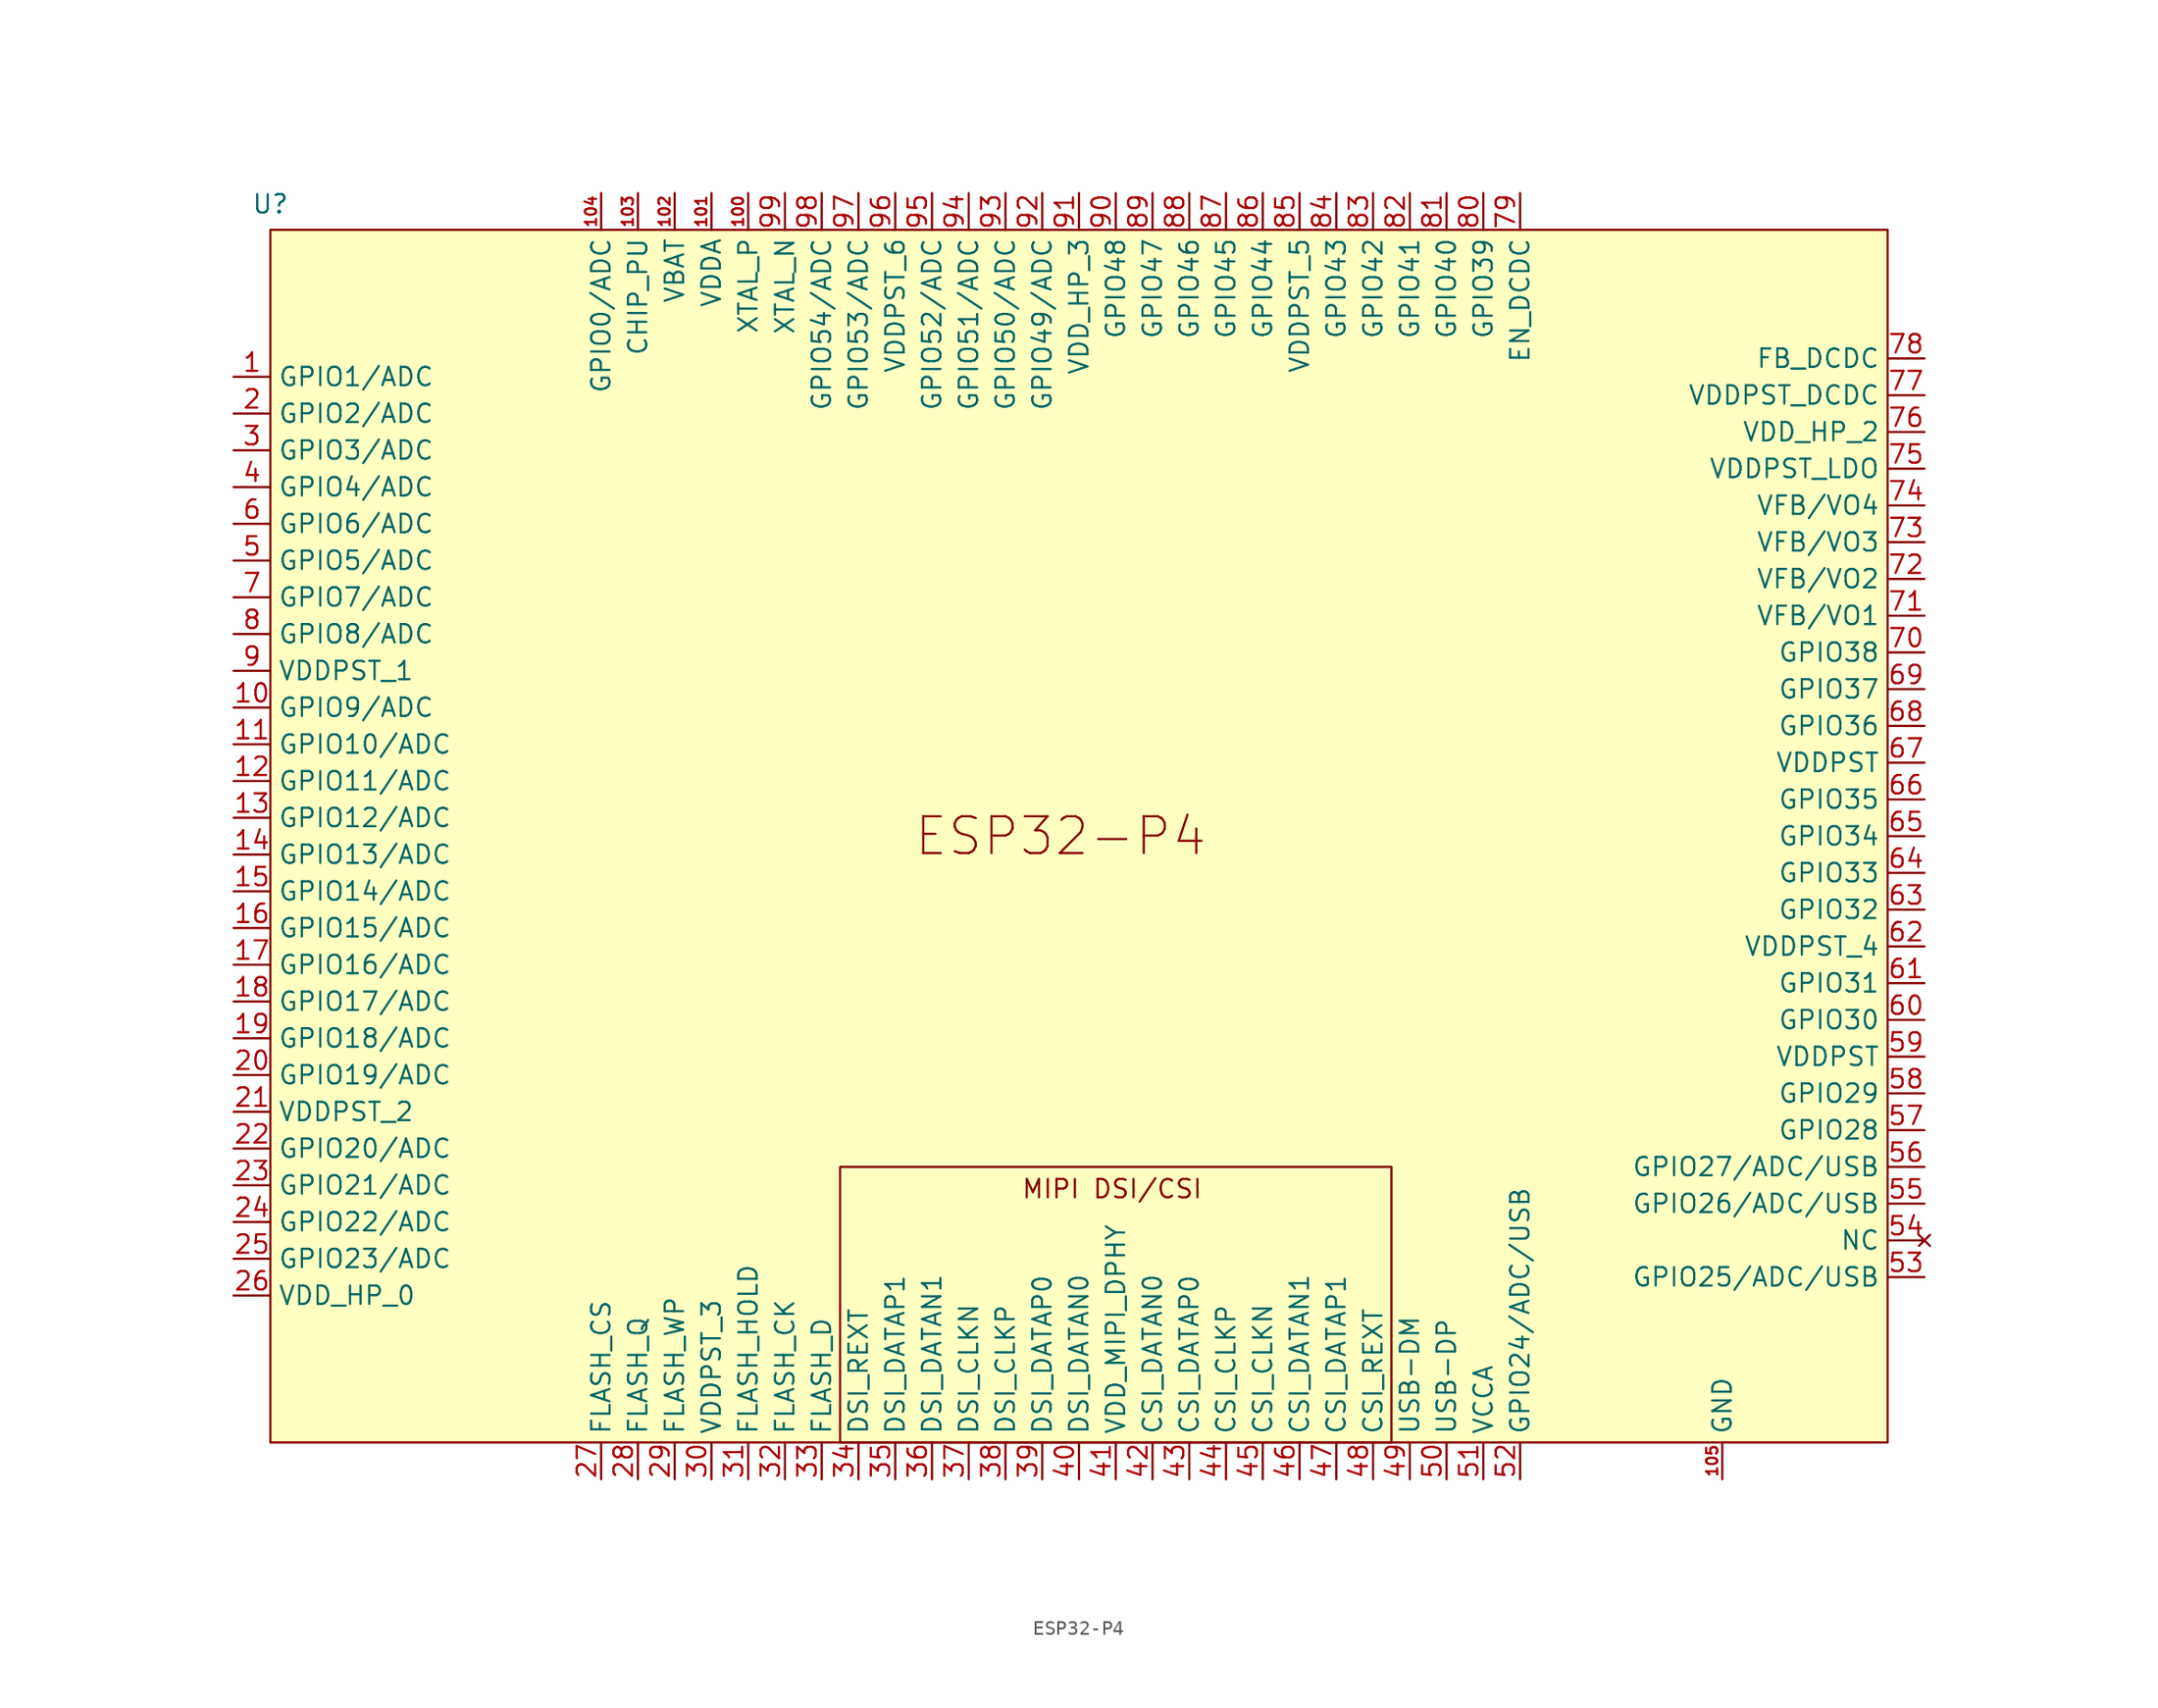
<source format=kicad_sym>
(kicad_symbol_lib
  (version 20241209)
  (generator "kicad_symbol_editor")
  (generator_version "9.0")
  (symbol "ESP32-P4"
    (property "Reference" "U"
      (at -54.61 43.688 0)
      (effects (font (size 1.27 1.27))))
    (property "Value" ""
      (at -54.61 -41.91 0)
      (effects (font (size 1.27 1.27))))
    (symbol "ESP32-P4_1_0"
      (pin bidirectional line (at -57.15 8.89 0) (length 2.54) (name "GPIO9/ADC" (effects (font (size 1.27 1.27)))) (number "10" (effects (font (size 1.27 1.27)))))
      (pin bidirectional line (at -57.15 6.35 0) (length 2.54) (name "GPIO10/ADC" (effects (font (size 1.27 1.27)))) (number "11" (effects (font (size 1.27 1.27)))))
      (pin bidirectional line (at -57.15 3.81 0) (length 2.54) (name "GPIO11/ADC" (effects (font (size 1.27 1.27)))) (number "12" (effects (font (size 1.27 1.27)))))
      (pin bidirectional line (at -57.15 1.27 0) (length 2.54) (name "GPIO12/ADC" (effects (font (size 1.27 1.27)))) (number "13" (effects (font (size 1.27 1.27)))))
      (pin bidirectional line (at -57.15 -1.27 0) (length 2.54) (name "GPIO13/ADC" (effects (font (size 1.27 1.27)))) (number "14" (effects (font (size 1.27 1.27)))))
      (pin bidirectional line (at -57.15 -3.81 0) (length 2.54) (name "GPIO14/ADC" (effects (font (size 1.27 1.27)))) (number "15" (effects (font (size 1.27 1.27)))))
      (pin bidirectional line (at -57.15 -6.35 0) (length 2.54) (name "GPIO15/ADC" (effects (font (size 1.27 1.27)))) (number "16" (effects (font (size 1.27 1.27)))))
      (pin bidirectional line (at -57.15 -8.89 0) (length 2.54) (name "GPIO16/ADC" (effects (font (size 1.27 1.27)))) (number "17" (effects (font (size 1.27 1.27)))))
      (pin bidirectional line (at -57.15 -11.43 0) (length 2.54) (name "GPIO17/ADC" (effects (font (size 1.27 1.27)))) (number "18" (effects (font (size 1.27 1.27)))))
      (pin bidirectional line (at -57.15 -13.97 0) (length 2.54) (name "GPIO18/ADC" (effects (font (size 1.27 1.27)))) (number "19" (effects (font (size 1.27 1.27)))))
      (pin bidirectional line (at -57.15 -16.51 0) (length 2.54) (name "GPIO19/ADC" (effects (font (size 1.27 1.27)))) (number "20" (effects (font (size 1.27 1.27)))))
      (pin power_in line (at -57.15 -19.05 0) (length 2.54) (name "VDDPST_2" (effects (font (size 1.27 1.27)))) (number "21" (effects (font (size 1.27 1.27)))))
      (pin bidirectional line (at -57.15 -21.59 0) (length 2.54) (name "GPIO20/ADC" (effects (font (size 1.27 1.27)))) (number "22" (effects (font (size 1.27 1.27)))))
      (pin bidirectional line (at -57.15 -24.13 0) (length 2.54) (name "GPIO21/ADC" (effects (font (size 1.27 1.27)))) (number "23" (effects (font (size 1.27 1.27)))))
      (pin bidirectional line (at -57.15 -26.67 0) (length 2.54) (name "GPIO22/ADC" (effects (font (size 1.27 1.27)))) (number "24" (effects (font (size 1.27 1.27)))))
      (pin bidirectional line (at -57.15 -29.21 0) (length 2.54) (name "GPIO23/ADC" (effects (font (size 1.27 1.27)))) (number "25" (effects (font (size 1.27 1.27)))))
      (pin power_in line (at -57.15 -31.75 0) (length 2.54) (name "VDD_HP_0" (effects (font (size 1.27 1.27)))) (number "26" (effects (font (size 1.27 1.27)))))
      (pin bidirectional line (at -31.75 44.45 270) (length 2.54) (name "GPIO0/ADC" (effects (font (size 1.27 1.27)))) (number "104" (effects (font (size 0.762 0.762)))))
      (pin bidirectional line (at -31.75 -44.45 90) (length 2.54) (name "FLASH_CS" (effects (font (size 1.27 1.27)))) (number "27" (effects (font (size 1.27 1.27)))))
      (pin input line (at -29.21 44.45 270) (length 2.54) (name "CHIP_PU" (effects (font (size 1.27 1.27)))) (number "103" (effects (font (size 0.762 0.762)))))
      (pin bidirectional line (at -29.21 -44.45 90) (length 2.54) (name "FLASH_Q" (effects (font (size 1.27 1.27)))) (number "28" (effects (font (size 1.27 1.27)))))
      (pin bidirectional line (at -26.67 44.45 270) (length 2.54) (name "VBAT" (effects (font (size 1.27 1.27)))) (number "102" (effects (font (size 0.762 0.762)))))
      (pin bidirectional line (at -26.67 -44.45 90) (length 2.54) (name "FLASH_WP" (effects (font (size 1.27 1.27)))) (number "29" (effects (font (size 1.27 1.27)))))
      (pin bidirectional line (at -24.13 44.45 270) (length 2.54) (name "VDDA" (effects (font (size 1.27 1.27)))) (number "101" (effects (font (size 0.762 0.762)))))
      (pin power_in line (at -24.13 -44.45 90) (length 2.54) (name "VDDPST_3" (effects (font (size 1.27 1.27)))) (number "30" (effects (font (size 1.27 1.27)))))
      (pin bidirectional line (at -21.59 44.45 270) (length 2.54) (name "XTAL_P" (effects (font (size 1.27 1.27)))) (number "100" (effects (font (size 0.762 0.762)))))
      (pin bidirectional line (at -21.59 -44.45 90) (length 2.54) (name "FLASH_HOLD" (effects (font (size 1.27 1.27)))) (number "31" (effects (font (size 1.27 1.27)))))
      (pin bidirectional line (at -19.05 44.45 270) (length 2.54) (name "XTAL_N" (effects (font (size 1.27 1.27)))) (number "99" (effects (font (size 1.27 1.27)))))
      (pin bidirectional line (at -19.05 -44.45 90) (length 2.54) (name "FLASH_CK" (effects (font (size 1.27 1.27)))) (number "32" (effects (font (size 1.27 1.27)))))
      (pin bidirectional line (at -16.51 44.45 270) (length 2.54) (name "GPIO54/ADC" (effects (font (size 1.27 1.27)))) (number "98" (effects (font (size 1.27 1.27)))))
      (pin bidirectional line (at -16.51 -44.45 90) (length 2.54) (name "FLASH_D" (effects (font (size 1.27 1.27)))) (number "33" (effects (font (size 1.27 1.27)))))
      (pin bidirectional line (at -13.97 44.45 270) (length 2.54) (name "GPIO53/ADC" (effects (font (size 1.27 1.27)))) (number "97" (effects (font (size 1.27 1.27)))))
      (pin bidirectional line (at -13.97 -44.45 90) (length 2.54) (name "DSI_REXT" (effects (font (size 1.27 1.27)))) (number "34" (effects (font (size 1.27 1.27)))))
      (pin power_in line (at -11.43 44.45 270) (length 2.54) (name "VDDPST_6" (effects (font (size 1.27 1.27)))) (number "96" (effects (font (size 1.27 1.27)))))
      (pin bidirectional line (at -11.43 -44.45 90) (length 2.54) (name "DSI_DATAP1" (effects (font (size 1.27 1.27)))) (number "35" (effects (font (size 1.27 1.27)))))
      (pin bidirectional line (at -8.89 44.45 270) (length 2.54) (name "GPIO52/ADC" (effects (font (size 1.27 1.27)))) (number "95" (effects (font (size 1.27 1.27)))))
      (pin bidirectional line (at -8.89 -44.45 90) (length 2.54) (name "DSI_DATAN1" (effects (font (size 1.27 1.27)))) (number "36" (effects (font (size 1.27 1.27)))))
      (pin bidirectional line (at -6.35 44.45 270) (length 2.54) (name "GPIO51/ADC" (effects (font (size 1.27 1.27)))) (number "94" (effects (font (size 1.27 1.27)))))
      (pin bidirectional line (at -6.35 -44.45 90) (length 2.54) (name "DSI_CLKN" (effects (font (size 1.27 1.27)))) (number "37" (effects (font (size 1.27 1.27)))))
      (pin bidirectional line (at -3.81 44.45 270) (length 2.54) (name "GPIO50/ADC" (effects (font (size 1.27 1.27)))) (number "93" (effects (font (size 1.27 1.27)))))
      (pin bidirectional line (at -3.81 -44.45 90) (length 2.54) (name "DSI_CLKP" (effects (font (size 1.27 1.27)))) (number "38" (effects (font (size 1.27 1.27)))))
      (pin bidirectional line (at -1.27 44.45 270) (length 2.54) (name "GPIO49/ADC" (effects (font (size 1.27 1.27)))) (number "92" (effects (font (size 1.27 1.27)))))
      (pin bidirectional line (at -1.27 -44.45 90) (length 2.54) (name "DSI_DATAP0" (effects (font (size 1.27 1.27)))) (number "39" (effects (font (size 1.27 1.27)))))
      (pin power_in line (at 1.27 44.45 270) (length 2.54) (name "VDD_HP_3" (effects (font (size 1.27 1.27)))) (number "91" (effects (font (size 1.27 1.27)))))
      (pin bidirectional line (at 1.27 -44.45 90) (length 2.54) (name "DSI_DATAN0" (effects (font (size 1.27 1.27)))) (number "40" (effects (font (size 1.27 1.27)))))
      (pin bidirectional line (at 3.81 44.45 270) (length 2.54) (name "GPIO48" (effects (font (size 1.27 1.27)))) (number "90" (effects (font (size 1.27 1.27)))))
      (pin power_in line (at 3.81 -44.45 90) (length 2.54) (name "VDD_MIPI_DPHY" (effects (font (size 1.27 1.27)))) (number "41" (effects (font (size 1.27 1.27)))))
      (pin bidirectional line (at 6.35 44.45 270) (length 2.54) (name "GPIO47" (effects (font (size 1.27 1.27)))) (number "89" (effects (font (size 1.27 1.27)))))
      (pin bidirectional line (at 6.35 -44.45 90) (length 2.54) (name "CSI_DATAN0" (effects (font (size 1.27 1.27)))) (number "42" (effects (font (size 1.27 1.27)))))
      (pin bidirectional line (at 8.89 44.45 270) (length 2.54) (name "GPIO46" (effects (font (size 1.27 1.27)))) (number "88" (effects (font (size 1.27 1.27)))))
      (pin bidirectional line (at 8.89 -44.45 90) (length 2.54) (name "CSI_DATAP0" (effects (font (size 1.27 1.27)))) (number "43" (effects (font (size 1.27 1.27)))))
      (pin bidirectional line (at 11.43 44.45 270) (length 2.54) (name "GPIO45" (effects (font (size 1.27 1.27)))) (number "87" (effects (font (size 1.27 1.27)))))
      (pin bidirectional line (at 11.43 -44.45 90) (length 2.54) (name "CSI_CLKP" (effects (font (size 1.27 1.27)))) (number "44" (effects (font (size 1.27 1.27)))))
      (pin bidirectional line (at 13.97 44.45 270) (length 2.54) (name "GPIO44" (effects (font (size 1.27 1.27)))) (number "86" (effects (font (size 1.27 1.27)))))
      (pin bidirectional line (at 13.97 -44.45 90) (length 2.54) (name "CSI_CLKN" (effects (font (size 1.27 1.27)))) (number "45" (effects (font (size 1.27 1.27)))))
      (pin power_in line (at 16.51 44.45 270) (length 2.54) (name "VDDPST_5" (effects (font (size 1.27 1.27)))) (number "85" (effects (font (size 1.27 1.27)))))
      (pin bidirectional line (at 16.51 -44.45 90) (length 2.54) (name "CSI_DATAN1" (effects (font (size 1.27 1.27)))) (number "46" (effects (font (size 1.27 1.27)))))
      (pin bidirectional line (at 19.05 44.45 270) (length 2.54) (name "GPIO43" (effects (font (size 1.27 1.27)))) (number "84" (effects (font (size 1.27 1.27)))))
      (pin bidirectional line (at 19.05 -44.45 90) (length 2.54) (name "CSI_DATAP1" (effects (font (size 1.27 1.27)))) (number "47" (effects (font (size 1.27 1.27)))))
      (pin bidirectional line (at 21.59 44.45 270) (length 2.54) (name "GPIO42" (effects (font (size 1.27 1.27)))) (number "83" (effects (font (size 1.27 1.27)))))
      (pin bidirectional line (at 21.59 -44.45 90) (length 2.54) (name "CSI_REXT" (effects (font (size 1.27 1.27)))) (number "48" (effects (font (size 1.27 1.27)))))
      (pin bidirectional line (at 24.13 44.45 270) (length 2.54) (name "GPIO41" (effects (font (size 1.27 1.27)))) (number "82" (effects (font (size 1.27 1.27)))))
      (pin bidirectional line (at 24.13 -44.45 90) (length 2.54) (name "USB-DM" (effects (font (size 1.27 1.27)))) (number "49" (effects (font (size 1.27 1.27)))))
      (pin bidirectional line (at 26.67 44.45 270) (length 2.54) (name "GPIO40" (effects (font (size 1.27 1.27)))) (number "81" (effects (font (size 1.27 1.27)))))
      (pin bidirectional line (at 26.67 -44.45 90) (length 2.54) (name "USB-DP" (effects (font (size 1.27 1.27)))) (number "50" (effects (font (size 1.27 1.27)))))
      (pin bidirectional line (at 29.21 44.45 270) (length 2.54) (name "GPIO39" (effects (font (size 1.27 1.27)))) (number "80" (effects (font (size 1.27 1.27)))))
      (pin power_in line (at 29.21 -44.45 90) (length 2.54) (name "VCCA" (effects (font (size 1.27 1.27)))) (number "51" (effects (font (size 1.27 1.27)))))
      (pin output line (at 31.75 44.45 270) (length 2.54) (name "EN_DCDC" (effects (font (size 1.27 1.27)))) (number "79" (effects (font (size 1.27 1.27)))))
      (pin bidirectional line (at 31.75 -44.45 90) (length 2.54) (name "GPIO24/ADC/USB" (effects (font (size 1.27 1.27)))) (number "52" (effects (font (size 1.27 1.27)))))
      (pin power_in line (at 45.72 -44.45 90) (length 2.54) (name "GND" (effects (font (size 1.27 1.27)))) (number "105" (effects (font (size 0.762 0.762)))))
      (pin bidirectional line (at 59.69 33.02 180) (length 2.54) (name "FB_DCDC" (effects (font (size 1.27 1.27)))) (number "78" (effects (font (size 1.27 1.27)))))
      (pin power_in line (at 59.69 30.48 180) (length 2.54) (name "VDDPST_DCDC" (effects (font (size 1.27 1.27)))) (number "77" (effects (font (size 1.27 1.27)))))
      (pin power_in line (at 59.69 27.94 180) (length 2.54) (name "VDD_HP_2" (effects (font (size 1.27 1.27)))) (number "76" (effects (font (size 1.27 1.27)))))
      (pin power_in line (at 59.69 25.4 180) (length 2.54) (name "VDDPST_LDO" (effects (font (size 1.27 1.27)))) (number "75" (effects (font (size 1.27 1.27)))))
      (pin power_in line (at 59.69 22.86 180) (length 2.54) (name "VFB/VO4" (effects (font (size 1.27 1.27)))) (number "74" (effects (font (size 1.27 1.27)))))
      (pin power_in line (at 59.69 20.32 180) (length 2.54) (name "VFB/VO3" (effects (font (size 1.27 1.27)))) (number "73" (effects (font (size 1.27 1.27)))))
      (pin power_in line (at 59.69 17.78 180) (length 2.54) (name "VFB/VO2" (effects (font (size 1.27 1.27)))) (number "72" (effects (font (size 1.27 1.27)))))
      (pin power_in line (at 59.69 15.24 180) (length 2.54) (name "VFB/VO1" (effects (font (size 1.27 1.27)))) (number "71" (effects (font (size 1.27 1.27)))))
      (pin bidirectional line (at 59.69 12.7 180) (length 2.54) (name "GPIO38" (effects (font (size 1.27 1.27)))) (number "70" (effects (font (size 1.27 1.27)))))
      (pin bidirectional line (at 59.69 10.16 180) (length 2.54) (name "GPIO37" (effects (font (size 1.27 1.27)))) (number "69" (effects (font (size 1.27 1.27)))))
      (pin bidirectional line (at 59.69 7.62 180) (length 2.54) (name "GPIO36" (effects (font (size 1.27 1.27)))) (number "68" (effects (font (size 1.27 1.27)))))
      (pin power_in line (at 59.69 5.08 180) (length 2.54) (name "VDDPST" (effects (font (size 1.27 1.27)))) (number "67" (effects (font (size 1.27 1.27)))))
      (pin bidirectional line (at 59.69 2.54 180) (length 2.54) (name "GPIO35" (effects (font (size 1.27 1.27)))) (number "66" (effects (font (size 1.27 1.27)))))
      (pin bidirectional line (at 59.69 0 180) (length 2.54) (name "GPIO34" (effects (font (size 1.27 1.27)))) (number "65" (effects (font (size 1.27 1.27)))))
      (pin bidirectional line (at 59.69 -2.54 180) (length 2.54) (name "GPIO33" (effects (font (size 1.27 1.27)))) (number "64" (effects (font (size 1.27 1.27)))))
      (pin bidirectional line (at 59.69 -5.08 180) (length 2.54) (name "GPIO32" (effects (font (size 1.27 1.27)))) (number "63" (effects (font (size 1.27 1.27)))))
      (pin power_in line (at 59.69 -7.62 180) (length 2.54) (name "VDDPST_4" (effects (font (size 1.27 1.27)))) (number "62" (effects (font (size 1.27 1.27)))))
      (pin bidirectional line (at 59.69 -10.16 180) (length 2.54) (name "GPIO31" (effects (font (size 1.27 1.27)))) (number "61" (effects (font (size 1.27 1.27)))))
      (pin bidirectional line (at 59.69 -12.7 180) (length 2.54) (name "GPIO30" (effects (font (size 1.27 1.27)))) (number "60" (effects (font (size 1.27 1.27)))))
      (pin power_in line (at 59.69 -15.24 180) (length 2.54) (name "VDDPST" (effects (font (size 1.27 1.27)))) (number "59" (effects (font (size 1.27 1.27)))))
      (pin bidirectional line (at 59.69 -17.78 180) (length 2.54) (name "GPIO29" (effects (font (size 1.27 1.27)))) (number "58" (effects (font (size 1.27 1.27)))))
      (pin bidirectional line (at 59.69 -20.32 180) (length 2.54) (name "GPIO28" (effects (font (size 1.27 1.27)))) (number "57" (effects (font (size 1.27 1.27)))))
      (pin bidirectional line (at 59.69 -22.86 180) (length 2.54) (name "GPIO27/ADC/USB" (effects (font (size 1.27 1.27)))) (number "56" (effects (font (size 1.27 1.27)))))
      (pin bidirectional line (at 59.69 -25.4 180) (length 2.54) (name "GPIO26/ADC/USB" (effects (font (size 1.27 1.27)))) (number "55" (effects (font (size 1.27 1.27)))))
      (pin no_connect line (at 59.69 -27.94 180) (length 2.54) (name "NC" (effects (font (size 1.27 1.27)))) (number "54" (effects (font (size 1.27 1.27)))))
      (pin bidirectional line (at 59.69 -30.48 180) (length 2.54) (name "GPIO25/ADC/USB" (effects (font (size 1.27 1.27)))) (number "53" (effects (font (size 1.27 1.27))))))
    (symbol "ESP32-P4_1_1"
      (rectangle (start -54.61 41.91) (end 57.15 -41.91) (stroke (width 0) (type default)) (fill (type background)))
      (rectangle (start -15.24 -22.86) (end 22.86 -41.91) (stroke (width 0) (type default)) (fill (type none)))
      (text "ESP32-P4" (at 0 0 0) (effects (font (size 2.54 2.54))))
      (text "MIPI DSI/CSI" (at 3.556 -24.384 0) (effects (font (size 1.27 1.27))))
      (pin bidirectional line (at -57.15 31.75 0) (length 2.54) (name "GPIO1/ADC" (effects (font (size 1.27 1.27)))) (number "1" (effects (font (size 1.27 1.27)))))
      (pin bidirectional line (at -57.15 29.21 0) (length 2.54) (name "GPIO2/ADC" (effects (font (size 1.27 1.27)))) (number "2" (effects (font (size 1.27 1.27)))))
      (pin bidirectional line (at -57.15 26.67 0) (length 2.54) (name "GPIO3/ADC" (effects (font (size 1.27 1.27)))) (number "3" (effects (font (size 1.27 1.27)))))
      (pin bidirectional line (at -57.15 24.13 0) (length 2.54) (name "GPIO4/ADC" (effects (font (size 1.27 1.27)))) (number "4" (effects (font (size 1.27 1.27)))))
      (pin bidirectional line (at -57.15 21.59 0) (length 2.54) (name "GPIO6/ADC" (effects (font (size 1.27 1.27)))) (number "6" (effects (font (size 1.27 1.27)))))
      (pin bidirectional line (at -57.15 19.05 0) (length 2.54) (name "GPIO5/ADC" (effects (font (size 1.27 1.27)))) (number "5" (effects (font (size 1.27 1.27)))))
      (pin bidirectional line (at -57.15 16.51 0) (length 2.54) (name "GPIO7/ADC" (effects (font (size 1.27 1.27)))) (number "7" (effects (font (size 1.27 1.27)))))
      (pin bidirectional line (at -57.15 13.97 0) (length 2.54) (name "GPIO8/ADC" (effects (font (size 1.27 1.27)))) (number "8" (effects (font (size 1.27 1.27)))))
      (pin power_in line (at -57.15 11.43 0) (length 2.54) (name "VDDPST_1" (effects (font (size 1.27 1.27)))) (number "9" (effects (font (size 1.27 1.27))))))))
</source>
